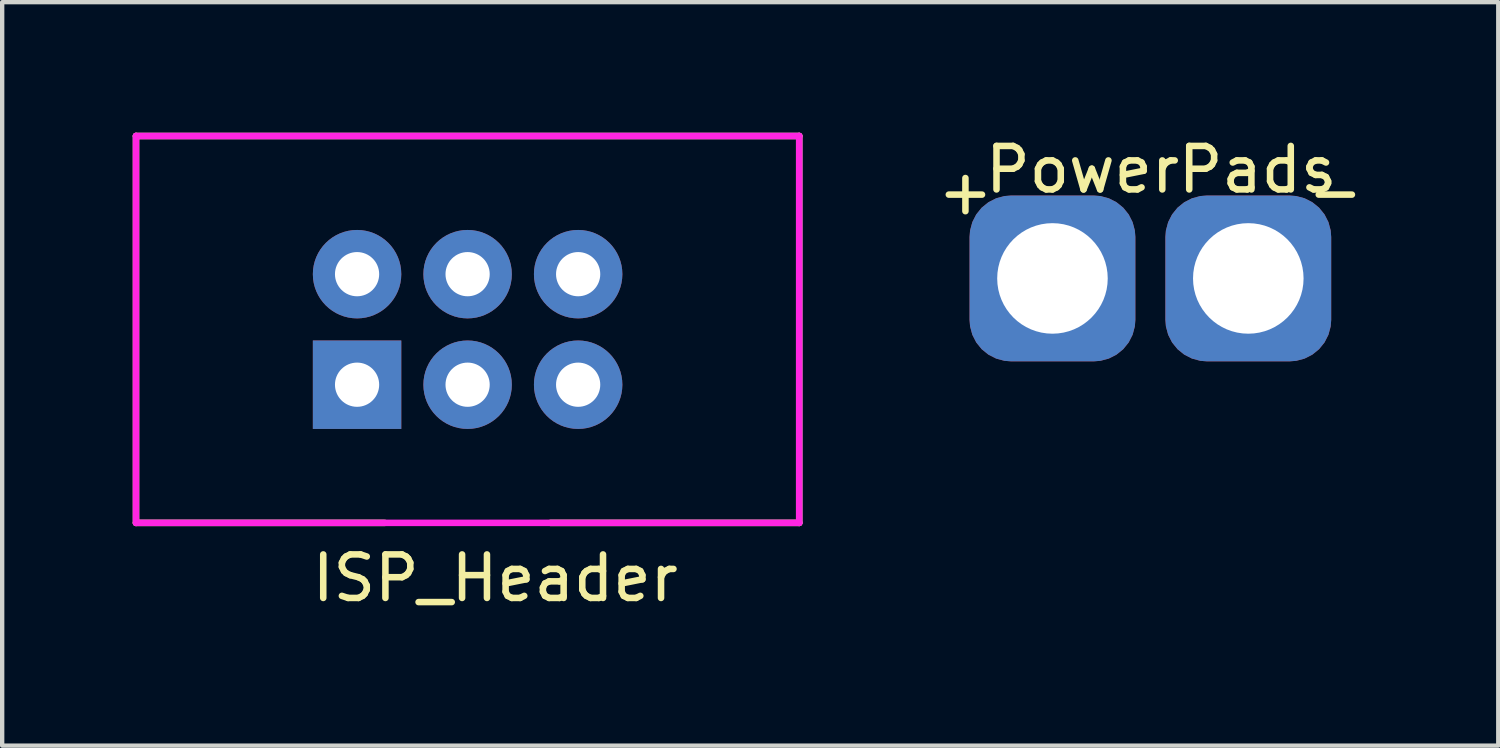
<source format=kicad_pcb>
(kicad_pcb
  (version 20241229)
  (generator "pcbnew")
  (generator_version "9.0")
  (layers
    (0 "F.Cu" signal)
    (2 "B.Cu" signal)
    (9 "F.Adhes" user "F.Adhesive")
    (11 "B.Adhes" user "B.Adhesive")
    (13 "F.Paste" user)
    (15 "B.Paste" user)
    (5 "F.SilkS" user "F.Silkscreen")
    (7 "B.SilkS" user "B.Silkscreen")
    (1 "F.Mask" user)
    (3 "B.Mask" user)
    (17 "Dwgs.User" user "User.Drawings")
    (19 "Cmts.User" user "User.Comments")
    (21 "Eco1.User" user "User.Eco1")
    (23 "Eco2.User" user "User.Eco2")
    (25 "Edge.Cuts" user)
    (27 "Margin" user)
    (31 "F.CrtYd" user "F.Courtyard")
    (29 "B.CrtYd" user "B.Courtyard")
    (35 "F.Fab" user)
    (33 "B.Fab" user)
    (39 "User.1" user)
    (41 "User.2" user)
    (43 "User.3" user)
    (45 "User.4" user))
  (footprint "ISP_Header"
    (layer "F.Cu")
    (at 5.155 5.79)
    (property "Reference" "ISP_Header" (at 3.175 4.445 0) (layer "F.SilkS") (effects (font (size 1 1) (thickness 0.15))))
    (attr through_hole)
    (fp_line (start -5.08 -5.715) (end 10.16 -5.715) (stroke (width 0.15) (type solid)) (layer "F.SilkS"))
    (fp_line (start -5.08 3.175) (end -5.08 -5.715) (stroke (width 0.15) (type solid)) (layer "F.SilkS"))
    (fp_line (start 0.635 3.175) (end -5.08 3.175) (stroke (width 0.15) (type solid)) (layer "F.SilkS"))
    (fp_line (start 4.445 3.175) (end 10.16 3.175) (stroke (width 0.15) (type solid)) (layer "F.SilkS"))
    (fp_line (start 10.16 -5.715) (end 10.16 3.175) (stroke (width 0.15) (type solid)) (layer "F.SilkS"))
    (fp_line (start -5.08 -5.715) (end 10.16 -5.715) (stroke (width 0.15) (type solid)) (layer "F.CrtYd"))
    (fp_line (start -5.08 3.175) (end -5.08 -5.715) (stroke (width 0.15) (type solid)) (layer "F.CrtYd"))
    (fp_line (start 10.16 -5.715) (end 10.16 3.175) (stroke (width 0.15) (type solid)) (layer "F.CrtYd"))
    (fp_line (start 10.16 3.175) (end -5.08 3.175) (stroke (width 0.15) (type solid)) (layer "F.CrtYd"))
    (pad "1" thru_hole rect (at 0 0) (size 2.032 2.032) (drill 1.016) (layers "*.Cu" "*.Mask"))
    (pad "2" thru_hole circle (at 0 -2.54) (size 2.032 2.032) (drill 1.016) (layers "*.Cu" "*.Mask"))
    (pad "3" thru_hole circle (at 2.54 0) (size 2.032 2.032) (drill 1.016) (layers "*.Cu" "*.Mask"))
    (pad "4" thru_hole circle (at 2.54 -2.54) (size 2.032 2.032) (drill 1.016) (layers "*.Cu" "*.Mask"))
    (pad "5" thru_hole circle (at 5.08 0) (size 2.032 2.032) (drill 1.016) (layers "*.Cu" "*.Mask"))
    (pad "6" thru_hole circle (at 5.08 -2.54) (size 2.032 2.032) (drill 1.016) (layers "*.Cu" "*.Mask")))
  (footprint "PowerPads"
    (layer "F.Cu")
    (at 21.134 3.348)
    (property "Reference" "PowerPads" (at 2.5 -2.5 0) (layer "F.SilkS") (effects (font (size 1 1) (thickness 0.15))))
    (attr through_hole)
    (fp_text user "+" (at -2 -2 0) (layer "F.SilkS") (effects (font (size 1 1) (thickness 0.15))))
    (fp_text user "-" (at 6.5 -2 0) (layer "F.SilkS") (effects (font (size 1 1) (thickness 0.15))))
    (pad "1" thru_hole roundrect (at 0 0) (size 3.81 3.81) (drill 2.54) (layers "*.Cu" "*.Mask") (roundrect_rratio 0.25))
    (pad "2" thru_hole roundrect (at 4.5 0) (size 3.81 3.81) (drill 2.54) (layers "*.Cu" "*.Mask") (roundrect_rratio 0.25)))
  (gr_rect
    (start -3 -3)
    (end 31.378 14.083)
    (stroke (width 0.1) (type default))
    (fill no)
    (layer "Edge.Cuts")))
</source>
